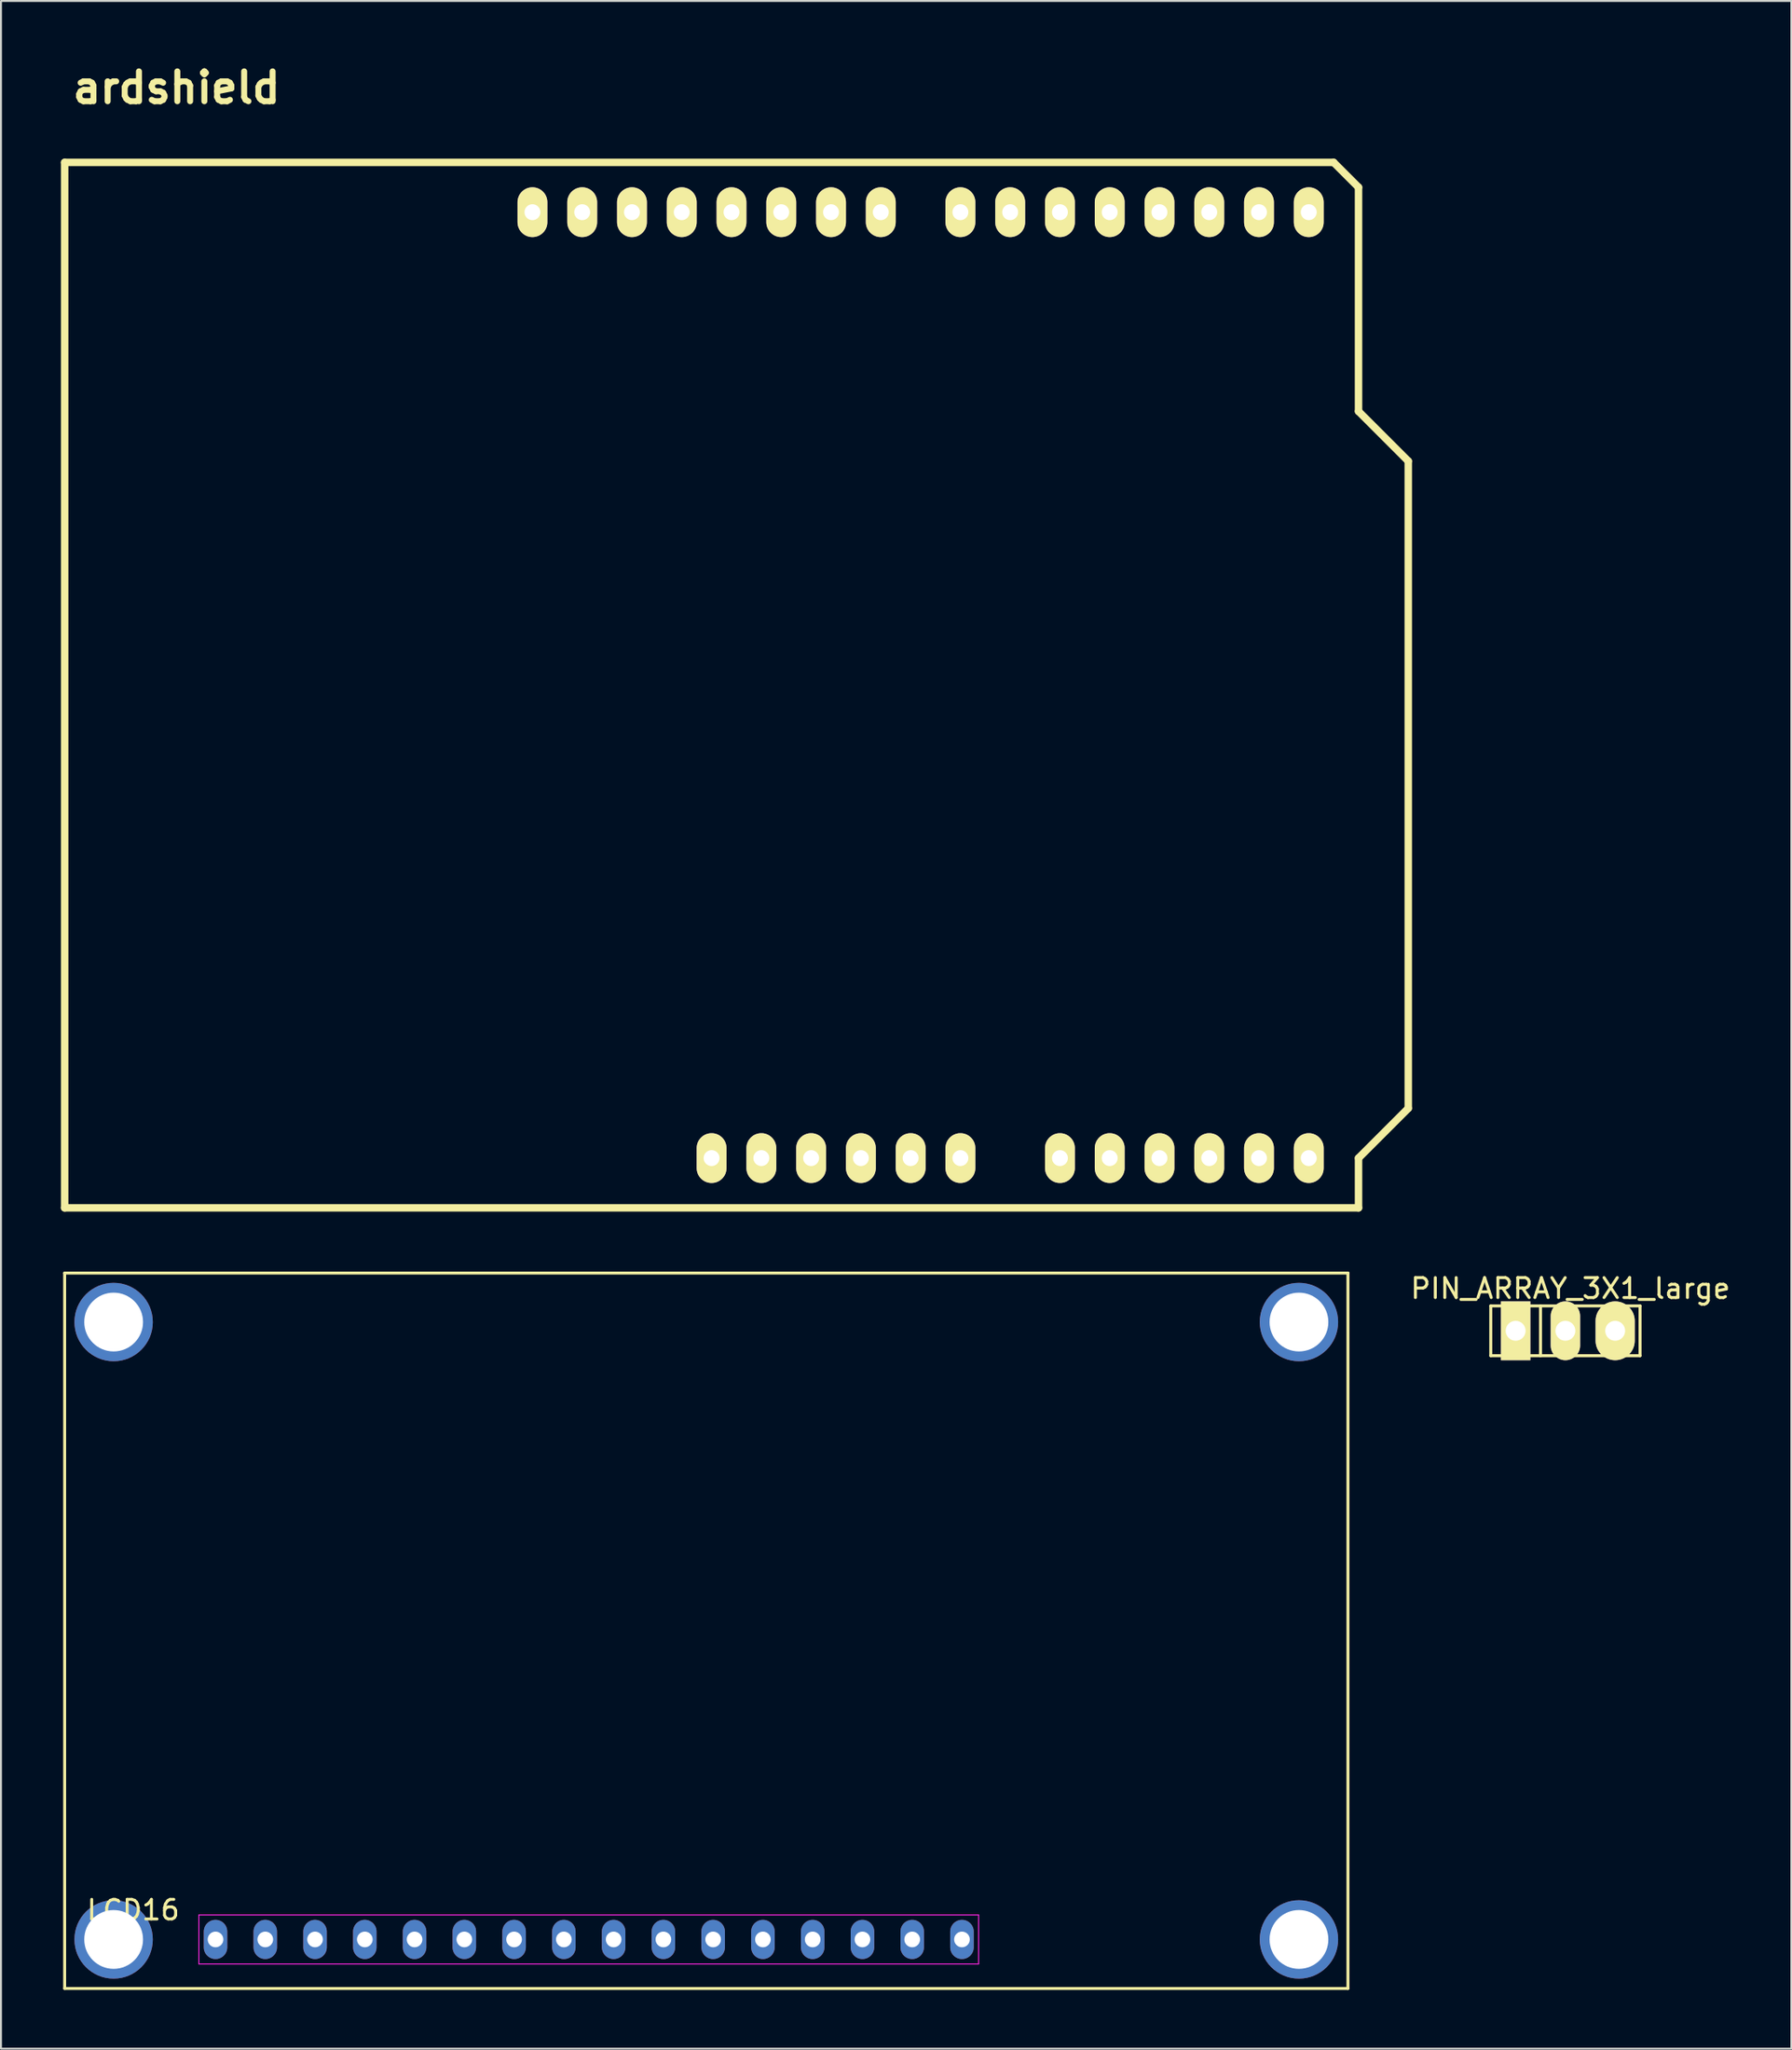
<source format=kicad_pcb>
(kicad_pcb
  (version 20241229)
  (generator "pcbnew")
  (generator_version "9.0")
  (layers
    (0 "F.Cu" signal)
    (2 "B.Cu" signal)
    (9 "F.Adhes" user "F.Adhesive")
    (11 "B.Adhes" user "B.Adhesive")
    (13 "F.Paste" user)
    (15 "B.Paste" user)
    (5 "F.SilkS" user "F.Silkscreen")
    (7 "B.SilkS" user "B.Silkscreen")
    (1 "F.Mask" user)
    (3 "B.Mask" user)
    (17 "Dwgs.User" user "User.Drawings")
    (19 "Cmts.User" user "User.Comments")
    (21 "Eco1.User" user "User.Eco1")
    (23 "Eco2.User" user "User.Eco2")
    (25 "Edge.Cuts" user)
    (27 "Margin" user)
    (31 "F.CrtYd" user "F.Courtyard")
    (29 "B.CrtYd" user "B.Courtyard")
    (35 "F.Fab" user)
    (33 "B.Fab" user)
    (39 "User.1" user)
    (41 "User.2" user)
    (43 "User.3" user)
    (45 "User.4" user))
  (footprint "ardshield"
    (layer "F.Cu")
    (at 0.25 58.576)
    (property "Reference" "ardshield" (at 5.715 -57.15 0) (layer "F.SilkS") (effects (font (size 1.524 1.524) (thickness 0.305))))
    (attr through_hole)
    (fp_line (start 0 0) (end 0 -53.34) (stroke (width 0.381) (type solid)) (layer "F.SilkS"))
    (fp_line (start 64.77 -53.34) (end 0 -53.34) (stroke (width 0.381) (type solid)) (layer "F.SilkS"))
    (fp_line (start 66.04 -52.07) (end 64.77 -53.34) (stroke (width 0.381) (type solid)) (layer "F.SilkS"))
    (fp_line (start 66.04 -40.64) (end 66.04 -52.07) (stroke (width 0.381) (type solid)) (layer "F.SilkS"))
    (fp_line (start 66.04 -40.64) (end 68.58 -38.1) (stroke (width 0.381) (type solid)) (layer "F.SilkS"))
    (fp_line (start 66.04 -2.54) (end 66.04 0) (stroke (width 0.381) (type solid)) (layer "F.SilkS"))
    (fp_line (start 66.04 0) (end 0 0) (stroke (width 0.381) (type solid)) (layer "F.SilkS"))
    (fp_line (start 68.58 -38.1) (end 68.58 -5.08) (stroke (width 0.381) (type solid)) (layer "F.SilkS"))
    (fp_line (start 68.58 -5.08) (end 66.04 -2.54) (stroke (width 0.381) (type solid)) (layer "F.SilkS"))
    (pad "0" thru_hole oval (at 63.5 -50.8 90) (size 2.54 1.524) (drill 0.813) (layers "*.Cu" "*.Mask" "F.SilkS"))
    (pad "1" thru_hole oval (at 60.96 -50.8 90) (size 2.54 1.524) (drill 0.813) (layers "*.Cu" "*.Mask" "F.SilkS"))
    (pad "2" thru_hole oval (at 58.42 -50.8 90) (size 2.54 1.524) (drill 0.813) (layers "*.Cu" "*.Mask" "F.SilkS"))
    (pad "3" thru_hole oval (at 55.88 -50.8 90) (size 2.54 1.524) (drill 0.813) (layers "*.Cu" "*.Mask" "F.SilkS"))
    (pad "3V3" thru_hole oval (at 35.56 -2.54 90) (size 2.54 1.524) (drill 0.813) (layers "*.Cu" "*.Mask" "F.SilkS"))
    (pad "4" thru_hole oval (at 53.34 -50.8 90) (size 2.54 1.524) (drill 0.813) (layers "*.Cu" "*.Mask" "F.SilkS"))
    (pad "5" thru_hole oval (at 50.8 -50.8 90) (size 2.54 1.524) (drill 0.813) (layers "*.Cu" "*.Mask" "F.SilkS"))
    (pad "5V" thru_hole oval (at 38.1 -2.54 90) (size 2.54 1.524) (drill 0.813) (layers "*.Cu" "*.Mask" "F.SilkS"))
    (pad "6" thru_hole oval (at 48.26 -50.8 90) (size 2.54 1.524) (drill 0.813) (layers "*.Cu" "*.Mask" "F.SilkS"))
    (pad "7" thru_hole oval (at 45.72 -50.8 90) (size 2.54 1.524) (drill 0.813) (layers "*.Cu" "*.Mask" "F.SilkS"))
    (pad "8" thru_hole oval (at 41.656 -50.8 90) (size 2.54 1.524) (drill 0.813) (layers "*.Cu" "*.Mask" "F.SilkS"))
    (pad "9" thru_hole oval (at 39.116 -50.8 90) (size 2.54 1.524) (drill 0.813) (layers "*.Cu" "*.Mask" "F.SilkS"))
    (pad "10" thru_hole oval (at 36.576 -50.8 90) (size 2.54 1.524) (drill 0.813) (layers "*.Cu" "*.Mask" "F.SilkS"))
    (pad "11" thru_hole oval (at 34.036 -50.8 90) (size 2.54 1.524) (drill 0.813) (layers "*.Cu" "*.Mask" "F.SilkS"))
    (pad "12" thru_hole oval (at 31.496 -50.8 90) (size 2.54 1.524) (drill 0.813) (layers "*.Cu" "*.Mask" "F.SilkS"))
    (pad "13" thru_hole oval (at 28.956 -50.8 90) (size 2.54 1.524) (drill 0.813) (layers "*.Cu" "*.Mask" "F.SilkS"))
    (pad "AD0" thru_hole oval (at 50.8 -2.54 90) (size 2.54 1.524) (drill 0.813) (layers "*.Cu" "*.Mask" "F.SilkS"))
    (pad "AD1" thru_hole oval (at 53.34 -2.54 90) (size 2.54 1.524) (drill 0.813) (layers "*.Cu" "*.Mask" "F.SilkS"))
    (pad "AD2" thru_hole oval (at 55.88 -2.54 90) (size 2.54 1.524) (drill 0.813) (layers "*.Cu" "*.Mask" "F.SilkS"))
    (pad "AD3" thru_hole oval (at 58.42 -2.54 90) (size 2.54 1.524) (drill 0.813) (layers "*.Cu" "*.Mask" "F.SilkS"))
    (pad "AD4" thru_hole oval (at 60.96 -2.54 90) (size 2.54 1.524) (drill 0.813) (layers "*.Cu" "*.Mask" "F.SilkS"))
    (pad "AD5" thru_hole oval (at 63.5 -2.54 90) (size 2.54 1.524) (drill 0.813) (layers "*.Cu" "*.Mask" "F.SilkS"))
    (pad "AREF" thru_hole oval (at 23.876 -50.8 90) (size 2.54 1.524) (drill 0.813) (layers "*.Cu" "*.Mask" "F.SilkS"))
    (pad "GND1" thru_hole oval (at 40.64 -2.54 90) (size 2.54 1.524) (drill 0.813) (layers "*.Cu" "*.Mask" "F.SilkS"))
    (pad "GND2" thru_hole oval (at 43.18 -2.54 90) (size 2.54 1.524) (drill 0.813) (layers "*.Cu" "*.Mask" "F.SilkS"))
    (pad "GND3" thru_hole oval (at 26.416 -50.8 90) (size 2.54 1.524) (drill 0.813) (layers "*.Cu" "*.Mask" "F.SilkS"))
    (pad "RST" thru_hole oval (at 33.02 -2.54 90) (size 2.54 1.524) (drill 0.813) (layers "*.Cu" "*.Mask" "F.SilkS"))
    (pad "V_IN" thru_hole oval (at 45.72 -2.54 90) (size 2.54 1.524) (drill 0.813) (layers "*.Cu" "*.Mask" "F.SilkS")))
  (footprint "PIN_ARRAY_3X1_large"
    (placed yes)
    (layer "F.Cu")
    (at 76.85 64.847)
    (property "Reference" "PIN_ARRAY_3X1_large" (at 0.254 -2.159 0) (layer "F.SilkS") (effects (font (size 1.016 1.016) (thickness 0.152))))
    (attr through_hole)
    (fp_line (start -3.81 -1.27) (end 3.81 -1.27) (stroke (width 0.152) (type solid)) (layer "F.SilkS"))
    (fp_line (start -3.81 1.27) (end -3.81 -1.27) (stroke (width 0.152) (type solid)) (layer "F.SilkS"))
    (fp_line (start -1.27 -1.27) (end -1.27 1.27) (stroke (width 0.152) (type solid)) (layer "F.SilkS"))
    (fp_line (start 3.81 -1.27) (end 3.81 1.27) (stroke (width 0.152) (type solid)) (layer "F.SilkS"))
    (fp_line (start 3.81 1.27) (end -3.81 1.27) (stroke (width 0.152) (type solid)) (layer "F.SilkS"))
    (pad "1" thru_hole rect (at -2.54 0) (size 1.5 3) (drill 1.016) (layers "*.Cu" "*.Mask" "F.SilkS"))
    (pad "2" thru_hole oval (at 0 0) (size 1.5 3) (drill 1.016) (layers "*.Cu" "*.Mask" "F.SilkS"))
    (pad "3" thru_hole oval (at 2.54 0) (size 2 3) (drill 1.016) (layers "*.Cu" "*.Mask" "F.SilkS")))
  (footprint "LCD16"
    (layer "F.Cu")
    (at 0.25 95.901)
    (property "Reference" "LCD16" (at 3.5 -1.5 0) (layer "F.SilkS") (effects (font (size 1 1) (thickness 0.15))))
    (attr through_hole)
    (fp_line (start 0 -34) (end 65.5 -34) (stroke (width 0.15) (type solid)) (layer "F.SilkS"))
    (fp_line (start 0 2.5) (end 0 -34) (stroke (width 0.15) (type solid)) (layer "F.SilkS"))
    (fp_line (start 65.5 -34) (end 65.5 2.5) (stroke (width 0.15) (type solid)) (layer "F.SilkS"))
    (fp_line (start 65.5 2.5) (end 0 2.5) (stroke (width 0.15) (type solid)) (layer "F.SilkS"))
    (fp_line (start 6.85 -1.25) (end 46.65 -1.25) (stroke (width 0.05) (type solid)) (layer "F.CrtYd"))
    (fp_line (start 6.85 1.25) (end 6.85 -1.25) (stroke (width 0.05) (type solid)) (layer "F.CrtYd"))
    (fp_line (start 46.65 -1.25) (end 46.65 1.25) (stroke (width 0.05) (type solid)) (layer "F.CrtYd"))
    (fp_line (start 46.65 1.25) (end 6.85 1.25) (stroke (width 0.05) (type solid)) (layer "F.CrtYd"))
    (pad "1" thru_hole oval (at 7.7 0) (size 1.2 2) (drill 0.8) (layers "*.Cu" "*.Mask"))
    (pad "2" thru_hole oval (at 10.24 0) (size 1.2 2) (drill 0.8) (layers "*.Cu" "*.Mask"))
    (pad "3" thru_hole oval (at 12.78 0) (size 1.2 2) (drill 0.8) (layers "*.Cu" "*.Mask"))
    (pad "4" thru_hole oval (at 15.32 0) (size 1.2 2) (drill 0.8) (layers "*.Cu" "*.Mask"))
    (pad "5" thru_hole oval (at 17.86 0) (size 1.2 2) (drill 0.8) (layers "*.Cu" "*.Mask"))
    (pad "6" thru_hole oval (at 20.4 0) (size 1.2 2) (drill 0.8) (layers "*.Cu" "*.Mask"))
    (pad "7" thru_hole oval (at 22.94 0) (size 1.2 2) (drill 0.8) (layers "*.Cu" "*.Mask"))
    (pad "8" thru_hole oval (at 25.48 0) (size 1.2 2) (drill 0.8) (layers "*.Cu" "*.Mask"))
    (pad "9" thru_hole oval (at 28.02 0) (size 1.2 2) (drill 0.8) (layers "*.Cu" "*.Mask"))
    (pad "10" thru_hole oval (at 30.56 0) (size 1.2 2) (drill 0.8) (layers "*.Cu" "*.Mask"))
    (pad "11" thru_hole oval (at 33.1 0) (size 1.2 2) (drill 0.8) (layers "*.Cu" "*.Mask"))
    (pad "12" thru_hole oval (at 35.64 0) (size 1.2 2) (drill 0.8) (layers "*.Cu" "*.Mask"))
    (pad "13" thru_hole oval (at 38.18 0) (size 1.2 2) (drill 0.8) (layers "*.Cu" "*.Mask"))
    (pad "14" thru_hole oval (at 40.72 0) (size 1.2 2) (drill 0.8) (layers "*.Cu" "*.Mask"))
    (pad "15" thru_hole oval (at 43.26 0) (size 1.2 2) (drill 0.8) (layers "*.Cu" "*.Mask"))
    (pad "16" thru_hole oval (at 45.8 0) (size 1.2 2) (drill 0.8) (layers "*.Cu" "*.Mask"))
    (pad "17" thru_hole circle (at 2.5 0) (size 4 4) (drill 3) (layers "*.Cu" "*.Mask"))
    (pad "18" thru_hole circle (at 2.5 -31.5) (size 4 4) (drill 3) (layers "*.Cu" "*.Mask"))
    (pad "19" thru_hole circle (at 63 -31.5) (size 4 4) (drill 3) (layers "*.Cu" "*.Mask"))
    (pad "20" thru_hole circle (at 63 0) (size 4 4) (drill 3) (layers "*.Cu" "*.Mask")))
  (gr_rect
    (start -3 -3)
    (end 88.383 101.476)
    (stroke (width 0.1) (type default))
    (fill no)
    (layer "Edge.Cuts")))
</source>
